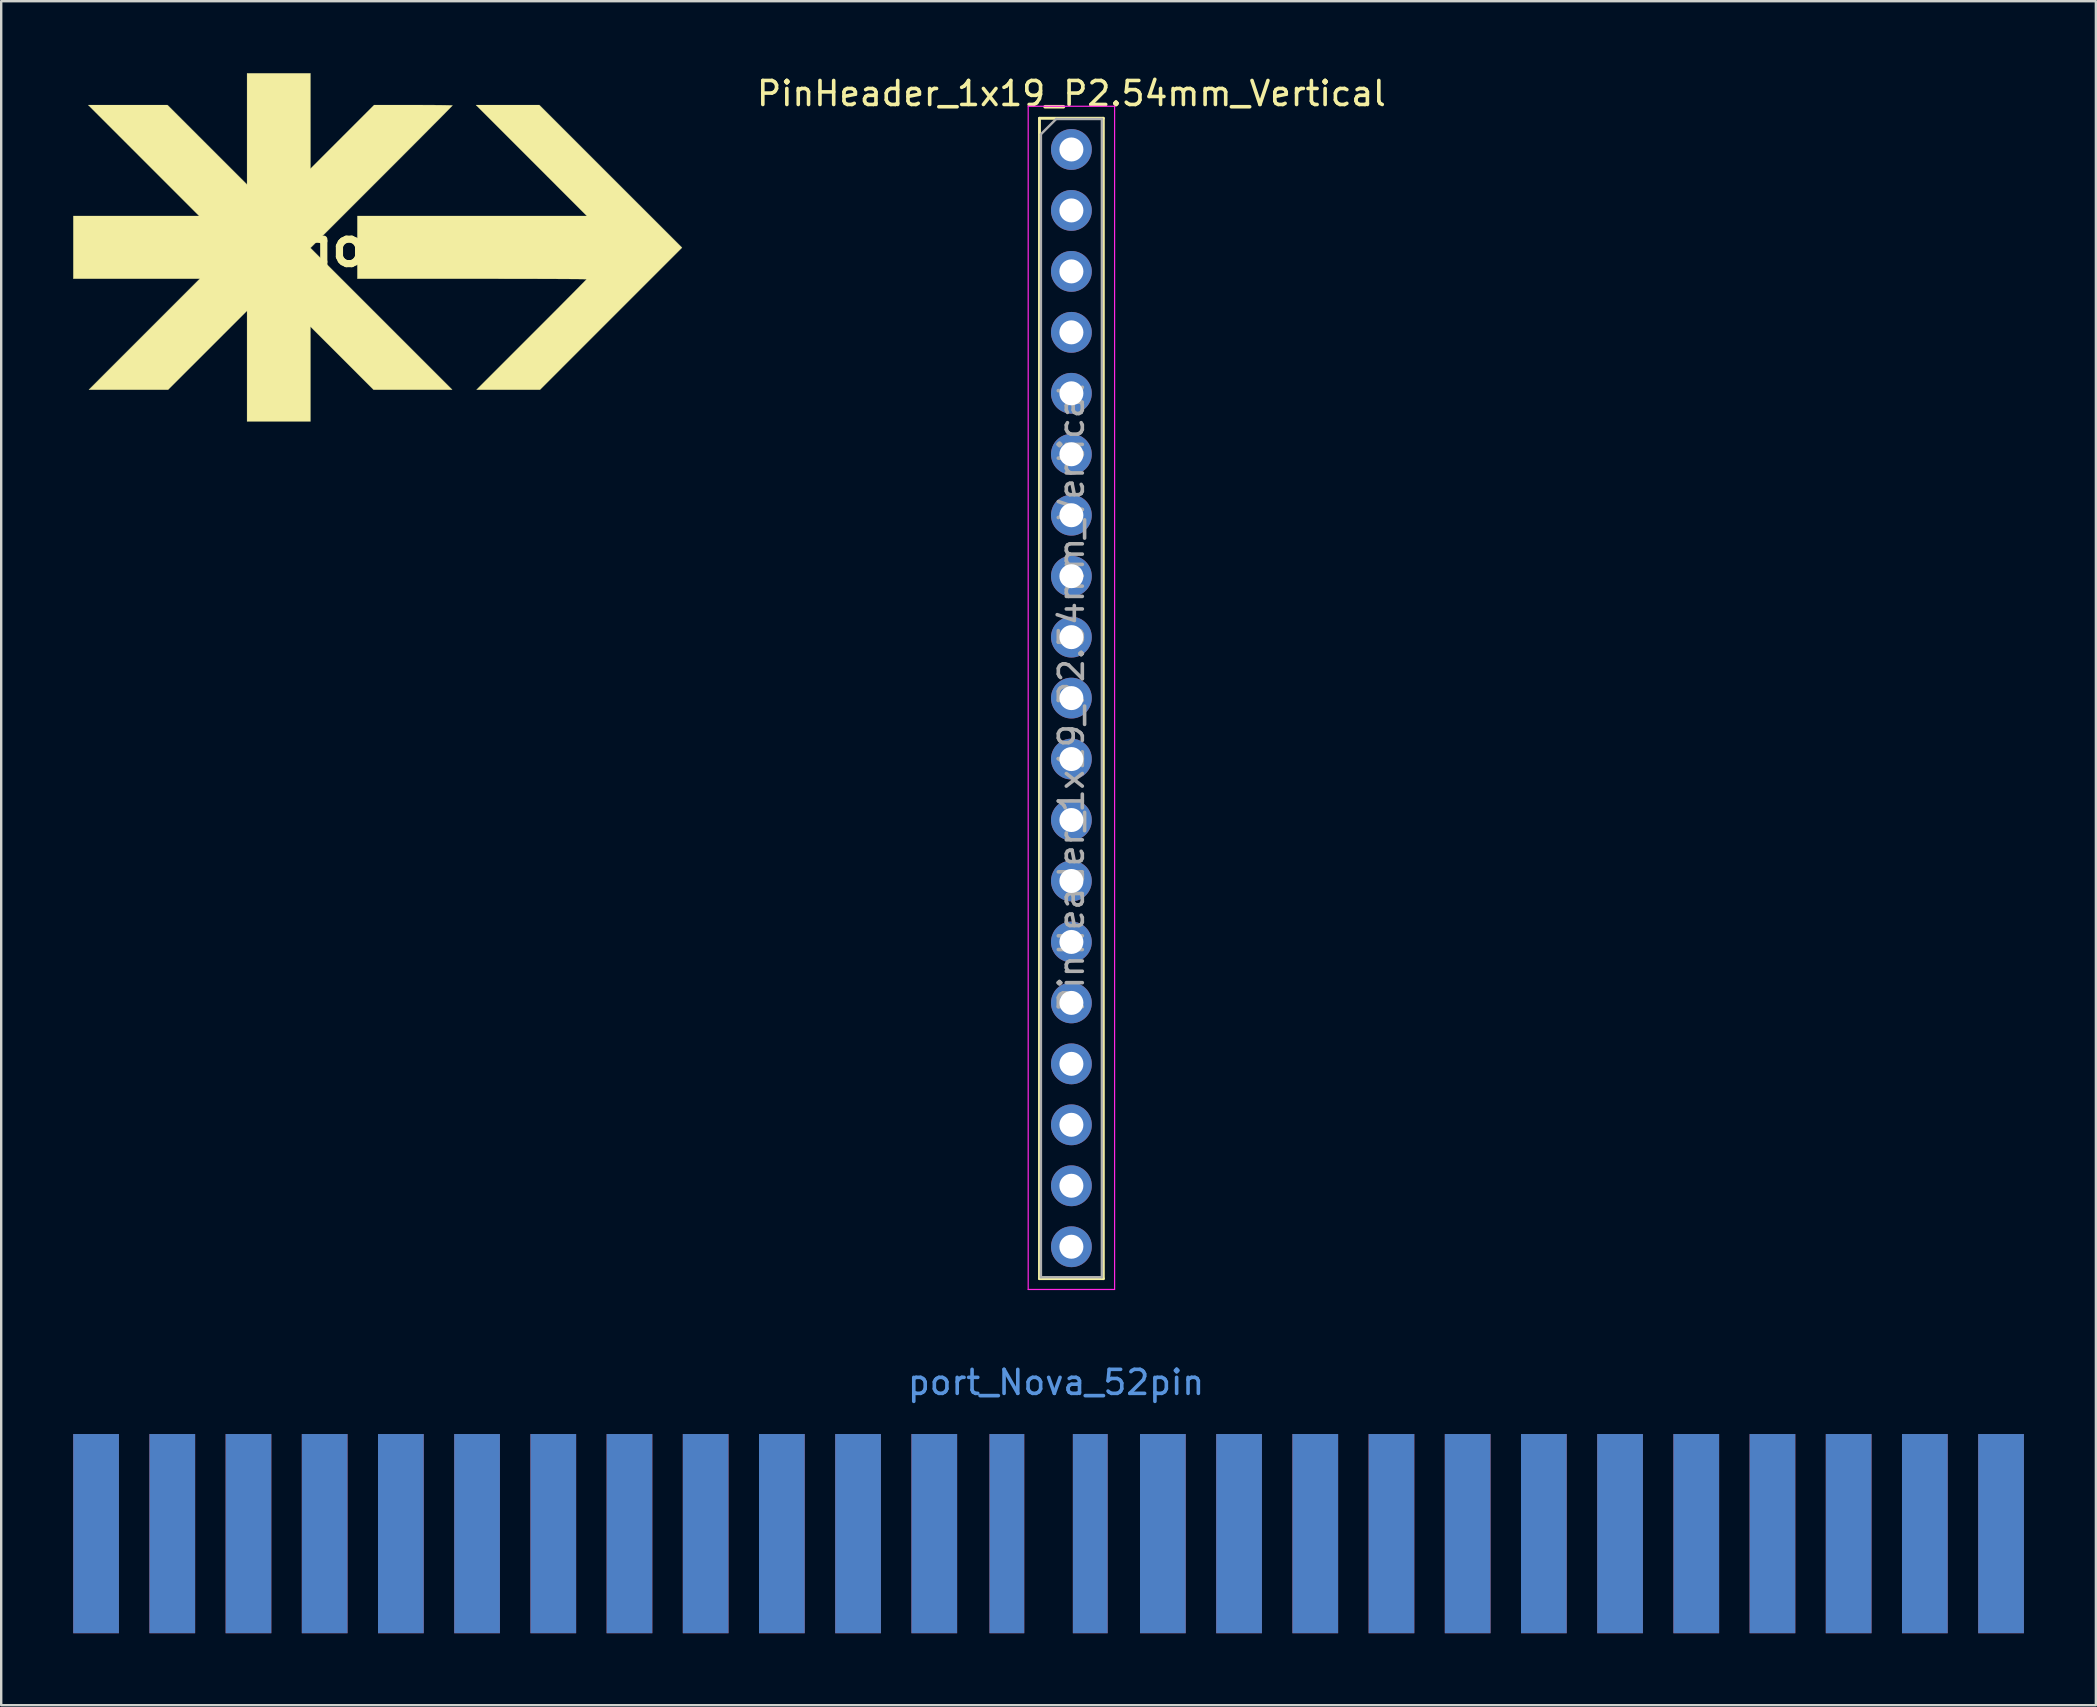
<source format=kicad_pcb>
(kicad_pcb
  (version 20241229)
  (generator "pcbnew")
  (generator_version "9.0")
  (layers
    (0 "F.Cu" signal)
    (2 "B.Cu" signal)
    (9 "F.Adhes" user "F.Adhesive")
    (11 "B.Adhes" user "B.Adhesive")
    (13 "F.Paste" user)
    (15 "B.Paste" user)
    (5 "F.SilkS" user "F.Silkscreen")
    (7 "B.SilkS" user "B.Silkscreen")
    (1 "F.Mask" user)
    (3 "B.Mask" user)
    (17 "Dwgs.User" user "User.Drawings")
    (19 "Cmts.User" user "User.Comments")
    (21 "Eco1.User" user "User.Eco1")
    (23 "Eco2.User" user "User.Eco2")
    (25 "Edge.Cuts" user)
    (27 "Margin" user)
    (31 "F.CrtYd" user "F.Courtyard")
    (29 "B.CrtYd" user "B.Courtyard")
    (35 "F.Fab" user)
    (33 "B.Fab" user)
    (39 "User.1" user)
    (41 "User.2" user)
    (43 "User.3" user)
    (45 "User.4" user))
  (footprint "logoFullN"
    (layer "F.Cu")
    (at 12.654 7.244)
    (property "Reference" "logoFullN" (at 0 0 0) (layer "F.SilkS") (effects (font (size 1.524 1.524) (thickness 0.3))))
    (attr through_hole)
    (fp_poly (pts (xy 9.741 -2.946) (xy 12.713 0.025) (xy 9.754 2.984) (xy 6.795 5.944) (xy 4.153 5.944) (xy 6.445 3.651) (xy 6.729 3.367) (xy 7.003 3.093) (xy 7.265 2.831) (xy 7.512 2.583) (xy 7.742 2.351) (xy 7.954 2.137) (xy 8.146 1.944) (xy 8.314 1.774) (xy 8.457 1.629) (xy 8.573 1.511) (xy 8.66 1.422) (xy 8.716 1.364) (xy 8.737 1.34) (xy 8.738 1.34) (xy 8.713 1.338) (xy 8.639 1.336) (xy 8.52 1.334) (xy 8.358 1.332) (xy 8.154 1.331) (xy 7.912 1.329) (xy 7.635 1.328) (xy 7.324 1.326) (xy 6.982 1.325) (xy 6.611 1.324) (xy 6.214 1.323) (xy 5.794 1.322) (xy 5.353 1.322) (xy 4.893 1.321) (xy 4.418 1.321) (xy 3.962 1.321) (xy -0.813 1.321) (xy -0.813 -1.295) (xy 8.75 -1.295) (xy 6.439 -3.607) (xy 4.128 -5.918) (xy 6.769 -5.918) (xy 9.741 -2.946)) (stroke (width 0.01) (type solid)) (fill yes) (layer "F.SilkS"))
    (fp_poly (pts (xy -2.768 -3.264) (xy -1.442 -4.591) (xy -0.115 -5.918) (xy 1.517 -5.918) (xy 1.8 -5.918) (xy 2.067 -5.917) (xy 2.315 -5.916) (xy 2.538 -5.914) (xy 2.734 -5.912) (xy 2.896 -5.909) (xy 3.022 -5.906) (xy 3.107 -5.903) (xy 3.147 -5.9) (xy 3.15 -5.899) (xy 3.132 -5.879) (xy 3.08 -5.826) (xy 2.996 -5.74) (xy 2.882 -5.624) (xy 2.739 -5.479) (xy 2.57 -5.308) (xy 2.376 -5.113) (xy 2.159 -4.895) (xy 1.922 -4.656) (xy 1.665 -4.398) (xy 1.391 -4.123) (xy 1.102 -3.833) (xy 0.799 -3.53) (xy 0.484 -3.215) (xy 0.19 -2.921) (xy -2.769 0.038) (xy 0.184 2.991) (xy 3.137 5.944) (xy -0.14 5.944) (xy -1.454 4.629) (xy -2.769 3.315) (xy -2.769 7.264) (xy -5.41 7.264) (xy -5.41 2.654) (xy -8.7 5.944) (xy -12.001 5.944) (xy -9.69 3.632) (xy -7.379 1.321) (xy -12.649 1.321) (xy -12.649 -1.295) (xy -10.027 -1.295) (xy -7.404 -1.295) (xy -9.716 -3.607) (xy -12.027 -5.918) (xy -10.376 -5.918) (xy -8.725 -5.918) (xy -7.068 -4.261) (xy -5.41 -2.604) (xy -5.41 -7.239) (xy -2.769 -7.239) (xy -2.768 -3.264)) (stroke (width 0.01) (type solid)) (fill yes) (layer "F.SilkS")))
  (footprint "port_Nova_52pin"
    (layer "F.Cu")
    (at 0.953 60.852)
    (property "Reference" "port_Nova_52pin" (at 40 -6.3 0) (layer "Cmts.User") (effects (font (size 1 1) (thickness 0.15))))
    (attr through_hole)
    (pad "1" smd rect (at 79.375 0) (size 1.905 8.3) (layers "F.Cu" "F.Mask" "F.Paste"))
    (pad "2" smd rect (at 76.2 0) (size 1.905 8.3) (layers "F.Cu" "F.Mask" "F.Paste"))
    (pad "3" smd rect (at 73.025 0) (size 1.905 8.3) (layers "F.Cu" "F.Mask" "F.Paste"))
    (pad "4" smd rect (at 69.85 0) (size 1.905 8.3) (layers "F.Cu" "F.Mask" "F.Paste"))
    (pad "5" smd rect (at 66.675 0) (size 1.905 8.3) (layers "F.Cu" "F.Mask" "F.Paste"))
    (pad "6" smd rect (at 63.5 0) (size 1.905 8.3) (layers "F.Cu" "F.Mask" "F.Paste"))
    (pad "7" smd rect (at 60.325 0) (size 1.905 8.3) (layers "F.Cu" "F.Mask" "F.Paste"))
    (pad "8" smd rect (at 57.15 0) (size 1.905 8.3) (layers "F.Cu" "F.Mask" "F.Paste"))
    (pad "9" smd rect (at 53.975 0) (size 1.905 8.3) (layers "F.Cu" "F.Mask" "F.Paste"))
    (pad "10" smd rect (at 50.8 0) (size 1.905 8.3) (layers "F.Cu" "F.Mask" "F.Paste"))
    (pad "11" smd rect (at 47.625 0) (size 1.905 8.3) (layers "F.Cu" "F.Mask" "F.Paste"))
    (pad "12" smd rect (at 44.45 0) (size 1.905 8.3) (layers "F.Cu" "F.Mask" "F.Paste"))
    (pad "13" smd rect (at 41.425 0) (size 1.45 8.3) (layers "F.Cu" "F.Mask" "F.Paste"))
    (pad "14" smd rect (at 37.95 0) (size 1.45 8.3) (layers "F.Cu" "F.Mask" "F.Paste"))
    (pad "15" smd rect (at 34.925 0) (size 1.905 8.3) (layers "F.Cu" "F.Mask" "F.Paste"))
    (pad "16" smd rect (at 31.75 0) (size 1.905 8.3) (layers "F.Cu" "F.Mask" "F.Paste"))
    (pad "17" smd rect (at 28.575 0) (size 1.905 8.3) (layers "F.Cu" "F.Mask" "F.Paste"))
    (pad "18" smd rect (at 25.4 0) (size 1.905 8.3) (layers "F.Cu" "F.Mask" "F.Paste"))
    (pad "19" smd rect (at 22.225 0) (size 1.905 8.3) (layers "F.Cu" "F.Mask" "F.Paste"))
    (pad "20" smd rect (at 19.05 0) (size 1.905 8.3) (layers "F.Cu" "F.Mask" "F.Paste"))
    (pad "21" smd rect (at 15.875 0) (size 1.905 8.3) (layers "F.Cu" "F.Mask" "F.Paste"))
    (pad "22" smd rect (at 12.7 0) (size 1.905 8.3) (layers "F.Cu" "F.Mask" "F.Paste"))
    (pad "23" smd rect (at 9.525 0) (size 1.905 8.3) (layers "F.Cu" "F.Mask" "F.Paste"))
    (pad "24" smd rect (at 6.35 0) (size 1.905 8.3) (layers "F.Cu" "F.Mask" "F.Paste"))
    (pad "25" smd rect (at 3.175 0) (size 1.905 8.3) (layers "F.Cu" "F.Mask" "F.Paste"))
    (pad "26" smd rect (at 0 0) (size 1.905 8.3) (layers "F.Cu" "F.Mask" "F.Paste"))
    (pad "27" smd rect (at 79.375 0) (size 1.905 8.3) (layers "B.Cu" "B.Mask" "B.Paste"))
    (pad "28" smd rect (at 76.2 0) (size 1.905 8.3) (layers "B.Cu" "B.Mask" "B.Paste"))
    (pad "29" smd rect (at 73.025 0) (size 1.905 8.3) (layers "B.Cu" "B.Mask" "B.Paste"))
    (pad "30" smd rect (at 69.85 0) (size 1.905 8.3) (layers "B.Cu" "B.Mask" "B.Paste"))
    (pad "31" smd rect (at 66.675 0) (size 1.905 8.3) (layers "B.Cu" "B.Mask" "B.Paste"))
    (pad "32" smd rect (at 63.5 0) (size 1.905 8.3) (layers "B.Cu" "B.Mask" "B.Paste"))
    (pad "33" smd rect (at 60.325 0) (size 1.905 8.3) (layers "B.Cu" "B.Mask" "B.Paste"))
    (pad "34" smd rect (at 57.15 0) (size 1.905 8.3) (layers "B.Cu" "B.Mask" "B.Paste"))
    (pad "35" smd rect (at 53.975 0) (size 1.905 8.3) (layers "B.Cu" "B.Mask" "B.Paste"))
    (pad "36" smd rect (at 50.8 0) (size 1.905 8.3) (layers "B.Cu" "B.Mask" "B.Paste"))
    (pad "37" smd rect (at 47.625 0) (size 1.905 8.3) (layers "B.Cu" "B.Mask" "B.Paste"))
    (pad "38" smd rect (at 44.45 0) (size 1.905 8.3) (layers "B.Cu" "B.Mask" "B.Paste"))
    (pad "39" smd rect (at 41.425 0) (size 1.45 8.3) (layers "B.Cu" "B.Mask" "B.Paste"))
    (pad "40" smd rect (at 37.95 0) (size 1.45 8.3) (layers "B.Cu" "B.Mask" "B.Paste"))
    (pad "41" smd rect (at 34.925 0) (size 1.905 8.3) (layers "B.Cu" "B.Mask" "B.Paste"))
    (pad "42" smd rect (at 31.75 0) (size 1.905 8.3) (layers "B.Cu" "B.Mask" "B.Paste"))
    (pad "43" smd rect (at 28.575 0) (size 1.905 8.3) (layers "B.Cu" "B.Mask" "B.Paste"))
    (pad "44" smd rect (at 25.4 0) (size 1.905 8.3) (layers "B.Cu" "B.Mask" "B.Paste"))
    (pad "45" smd rect (at 22.225 0) (size 1.905 8.3) (layers "B.Cu" "B.Mask" "B.Paste"))
    (pad "46" smd rect (at 19.05 0) (size 1.905 8.3) (layers "B.Cu" "B.Mask" "B.Paste"))
    (pad "47" smd rect (at 15.875 0) (size 1.905 8.3) (layers "B.Cu" "B.Mask" "B.Paste"))
    (pad "48" smd rect (at 12.7 0) (size 1.905 8.3) (layers "B.Cu" "B.Mask" "B.Paste"))
    (pad "49" smd rect (at 9.525 0) (size 1.905 8.3) (layers "B.Cu" "B.Mask" "B.Paste"))
    (pad "50" smd rect (at 6.35 0) (size 1.905 8.3) (layers "B.Cu" "B.Mask" "B.Paste"))
    (pad "51" smd rect (at 3.175 0) (size 1.905 8.3) (layers "B.Cu" "B.Mask" "B.Paste"))
    (pad "52" smd rect (at 0 0) (size 1.905 8.3) (layers "B.Cu" "B.Mask" "B.Paste")))
  (footprint "PinHeader_1x19_P2.54mm_Vertical"
    (layer "F.Cu")
    (at 41.592 3.178)
    (property "Reference" "PinHeader_1x19_P2.54mm_Vertical" (at 0 -2.33 0) (layer "F.SilkS") (effects (font (size 1 1) (thickness 0.15))))
    (attr through_hole)
    (fp_line (start -1.33 -1.3) (end -1.33 47.05) (stroke (width 0.12) (type solid)) (layer "F.SilkS"))
    (fp_line (start -1.33 -1.3) (end 1.33 -1.3) (stroke (width 0.12) (type solid)) (layer "F.SilkS"))
    (fp_line (start -1.33 47.05) (end 1.33 47.05) (stroke (width 0.12) (type solid)) (layer "F.SilkS"))
    (fp_line (start 1.33 -1.3) (end 1.33 47.05) (stroke (width 0.12) (type solid)) (layer "F.SilkS"))
    (fp_line (start -1.8 -1.8) (end -1.8 47.5) (stroke (width 0.05) (type solid)) (layer "F.CrtYd"))
    (fp_line (start -1.8 47.5) (end 1.8 47.5) (stroke (width 0.05) (type solid)) (layer "F.CrtYd"))
    (fp_line (start 1.8 -1.8) (end -1.8 -1.8) (stroke (width 0.05) (type solid)) (layer "F.CrtYd"))
    (fp_line (start 1.8 47.5) (end 1.8 -1.8) (stroke (width 0.05) (type solid)) (layer "F.CrtYd"))
    (fp_line (start -1.27 -0.635) (end -0.635 -1.27) (stroke (width 0.1) (type solid)) (layer "F.Fab"))
    (fp_line (start -1.27 46.99) (end -1.27 -0.635) (stroke (width 0.1) (type solid)) (layer "F.Fab"))
    (fp_line (start -0.635 -1.27) (end 1.27 -1.27) (stroke (width 0.1) (type solid)) (layer "F.Fab"))
    (fp_line (start 1.27 -1.27) (end 1.27 46.99) (stroke (width 0.1) (type solid)) (layer "F.Fab"))
    (fp_line (start 1.27 46.99) (end -1.27 46.99) (stroke (width 0.1) (type solid)) (layer "F.Fab"))
    (fp_text user "${REFERENCE}" (at 0 22.86 90) (layer "F.Fab") (effects (font (size 1 1) (thickness 0.15))))
    (pad "1" thru_hole circle (at 0 0) (size 1.7 1.7) (drill 1) (layers "*.Cu" "*.Mask"))
    (pad "2" thru_hole oval (at 0 2.54) (size 1.7 1.7) (drill 1) (layers "*.Cu" "*.Mask"))
    (pad "3" thru_hole oval (at 0 5.08) (size 1.7 1.7) (drill 1) (layers "*.Cu" "*.Mask"))
    (pad "4" thru_hole oval (at 0 7.62) (size 1.7 1.7) (drill 1) (layers "*.Cu" "*.Mask"))
    (pad "5" thru_hole oval (at 0 10.16) (size 1.7 1.7) (drill 1) (layers "*.Cu" "*.Mask"))
    (pad "6" thru_hole oval (at 0 12.7) (size 1.7 1.7) (drill 1) (layers "*.Cu" "*.Mask"))
    (pad "7" thru_hole oval (at 0 15.24) (size 1.7 1.7) (drill 1) (layers "*.Cu" "*.Mask"))
    (pad "8" thru_hole oval (at 0 17.78) (size 1.7 1.7) (drill 1) (layers "*.Cu" "*.Mask"))
    (pad "9" thru_hole oval (at 0 20.32) (size 1.7 1.7) (drill 1) (layers "*.Cu" "*.Mask"))
    (pad "10" thru_hole oval (at 0 22.86) (size 1.7 1.7) (drill 1) (layers "*.Cu" "*.Mask"))
    (pad "11" thru_hole oval (at 0 25.4) (size 1.7 1.7) (drill 1) (layers "*.Cu" "*.Mask"))
    (pad "12" thru_hole oval (at 0 27.94) (size 1.7 1.7) (drill 1) (layers "*.Cu" "*.Mask"))
    (pad "13" thru_hole oval (at 0 30.48) (size 1.7 1.7) (drill 1) (layers "*.Cu" "*.Mask"))
    (pad "14" thru_hole oval (at 0 33.02) (size 1.7 1.7) (drill 1) (layers "*.Cu" "*.Mask"))
    (pad "15" thru_hole oval (at 0 35.56) (size 1.7 1.7) (drill 1) (layers "*.Cu" "*.Mask"))
    (pad "16" thru_hole oval (at 0 38.1) (size 1.7 1.7) (drill 1) (layers "*.Cu" "*.Mask"))
    (pad "17" thru_hole oval (at 0 40.64) (size 1.7 1.7) (drill 1) (layers "*.Cu" "*.Mask"))
    (pad "18" thru_hole oval (at 0 43.18) (size 1.7 1.7) (drill 1) (layers "*.Cu" "*.Mask"))
    (pad "19" thru_hole oval (at 0 45.72) (size 1.7 1.7) (drill 1) (layers "*.Cu" "*.Mask")))
  (gr_rect
    (start -3 -3)
    (end 84.28 68.001)
    (stroke (width 0.1) (type default))
    (fill no)
    (layer "Edge.Cuts")))
</source>
